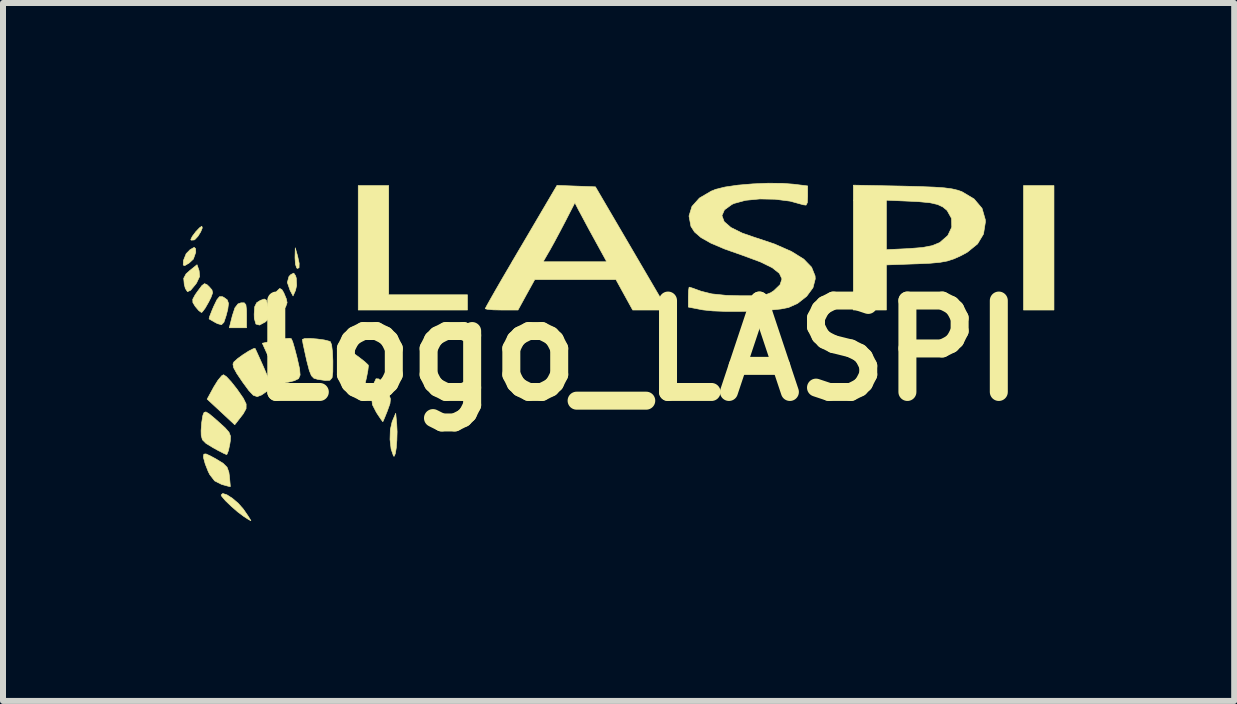
<source format=kicad_pcb>
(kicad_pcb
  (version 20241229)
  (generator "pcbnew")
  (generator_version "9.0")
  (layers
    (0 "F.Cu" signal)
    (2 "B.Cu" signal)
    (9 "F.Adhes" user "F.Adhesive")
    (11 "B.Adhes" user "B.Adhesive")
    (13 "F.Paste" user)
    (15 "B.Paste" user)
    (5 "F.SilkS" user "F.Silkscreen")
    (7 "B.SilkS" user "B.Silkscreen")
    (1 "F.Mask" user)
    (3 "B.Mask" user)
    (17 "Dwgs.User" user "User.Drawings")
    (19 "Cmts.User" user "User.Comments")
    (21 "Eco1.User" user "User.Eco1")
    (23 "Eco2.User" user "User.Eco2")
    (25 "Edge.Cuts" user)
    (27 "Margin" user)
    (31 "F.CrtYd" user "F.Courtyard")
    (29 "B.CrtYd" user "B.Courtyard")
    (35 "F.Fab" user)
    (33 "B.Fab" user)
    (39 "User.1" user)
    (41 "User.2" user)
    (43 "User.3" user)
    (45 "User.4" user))
  (footprint "Logo_LASPI"
    (layer "F.Cu")
    (at 7.58 2.796)
    (property "Reference" "Logo_LASPI" (at 0 0 0) (layer "F.SilkS") (effects (font (size 1.524 1.524) (thickness 0.3))))
    (attr through_hole)
    (fp_poly (pts (xy 6.943 -0.677) (xy 6.435 -0.677) (xy 6.435 -2.752) (xy 6.943 -2.752) (xy 6.943 -0.677)) (stroke (width 0.01) (type solid)) (fill yes) (layer "F.SilkS"))
    (fp_poly (pts (xy -4.149 -0.931) (xy -2.836 -0.931) (xy -2.836 -0.677) (xy -4.657 -0.677) (xy -4.657 -2.752) (xy -4.149 -2.752) (xy -4.149 -0.931)) (stroke (width 0.01) (type solid)) (fill yes) (layer "F.SilkS"))
    (fp_poly (pts (xy -5.667 -1.573) (xy -5.642 -1.455) (xy -5.644 -1.382) (xy -5.671 -1.37) (xy -5.684 -1.38) (xy -5.704 -1.44) (xy -5.711 -1.545) (xy -5.711 -1.563) (xy -5.707 -1.714) (xy -5.667 -1.573)) (stroke (width 0.01) (type solid)) (fill yes) (layer "F.SilkS"))
    (fp_poly (pts (xy -6.53 -0.764) (xy -6.52 -0.677) (xy -6.519 -0.596) (xy -6.519 -0.381) (xy -6.807 -0.381) (xy -6.756 -0.582) (xy -6.713 -0.713) (xy -6.662 -0.779) (xy -6.612 -0.797) (xy -6.557 -0.797) (xy -6.53 -0.764)) (stroke (width 0.01) (type solid)) (fill yes) (layer "F.SilkS"))
    (fp_poly (pts (xy -5.702 -1.248) (xy -5.69 -1.208) (xy -5.684 -1.088) (xy -5.703 -1.004) (xy -5.744 -0.912) (xy -5.793 -1.004) (xy -5.839 -1.137) (xy -5.812 -1.236) (xy -5.78 -1.269) (xy -5.732 -1.292) (xy -5.702 -1.248)) (stroke (width 0.01) (type solid)) (fill yes) (layer "F.SilkS"))
    (fp_poly (pts (xy -7.369 -1.7) (xy -7.366 -1.64) (xy -7.406 -1.526) (xy -7.475 -1.462) (xy -7.55 -1.417) (xy -7.575 -1.427) (xy -7.571 -1.503) (xy -7.57 -1.506) (xy -7.526 -1.616) (xy -7.461 -1.683) (xy -7.392 -1.722) (xy -7.369 -1.7)) (stroke (width 0.01) (type solid)) (fill yes) (layer "F.SilkS"))
    (fp_poly (pts (xy -7.257 -2.046) (xy -7.284 -1.98) (xy -7.33 -1.906) (xy -7.38 -1.853) (xy -7.393 -1.845) (xy -7.443 -1.842) (xy -7.449 -1.853) (xy -7.423 -1.906) (xy -7.366 -1.982) (xy -7.303 -2.048) (xy -7.265 -2.074) (xy -7.257 -2.046)) (stroke (width 0.01) (type solid)) (fill yes) (layer "F.SilkS"))
    (fp_poly (pts (xy -7.31 -1.332) (xy -7.302 -1.236) (xy -7.352 -1.129) (xy -7.371 -1.103) (xy -7.452 -1.006) (xy -7.504 -0.983) (xy -7.539 -1.035) (xy -7.558 -1.106) (xy -7.567 -1.206) (xy -7.528 -1.279) (xy -7.466 -1.335) (xy -7.345 -1.432) (xy -7.31 -1.332)) (stroke (width 0.01) (type solid)) (fill yes) (layer "F.SilkS"))
    (fp_poly (pts (xy -4.015 1.225) (xy -4.009 1.354) (xy -4.013 1.493) (xy -4.023 1.621) (xy -4.039 1.718) (xy -4.058 1.762) (xy -4.069 1.757) (xy -4.109 1.641) (xy -4.127 1.482) (xy -4.122 1.318) (xy -4.092 1.186) (xy -4.032 1.044) (xy -4.015 1.225)) (stroke (width 0.01) (type solid)) (fill yes) (layer "F.SilkS"))
    (fp_poly (pts (xy -6.189 -0.841) (xy -6.167 -0.76) (xy -6.158 -0.71) (xy -6.146 -0.588) (xy -6.167 -0.516) (xy -6.205 -0.479) (xy -6.303 -0.426) (xy -6.363 -0.443) (xy -6.39 -0.536) (xy -6.392 -0.607) (xy -6.384 -0.73) (xy -6.35 -0.799) (xy -6.29 -0.837) (xy -6.224 -0.861) (xy -6.189 -0.841)) (stroke (width 0.01) (type solid)) (fill yes) (layer "F.SilkS"))
    (fp_poly (pts (xy -5.93 -1.017) (xy -5.899 -0.966) (xy -5.857 -0.866) (xy -5.843 -0.8) (xy -5.866 -0.733) (xy -5.919 -0.664) (xy -5.98 -0.618) (xy -6.022 -0.619) (xy -6.024 -0.622) (xy -6.054 -0.723) (xy -6.056 -0.851) (xy -6.031 -0.962) (xy -6.013 -0.992) (xy -5.966 -1.037) (xy -5.93 -1.017)) (stroke (width 0.01) (type solid)) (fill yes) (layer "F.SilkS"))
    (fp_poly (pts (xy -6.855 0.434) (xy -6.776 0.519) (xy -6.681 0.639) (xy -6.669 0.656) (xy -6.573 0.794) (xy -6.526 0.89) (xy -6.527 0.968) (xy -6.574 1.053) (xy -6.638 1.136) (xy -6.716 1.236) (xy -6.946 1.022) (xy -7.176 0.809) (xy -7.065 0.605) (xy -6.995 0.493) (xy -6.933 0.419) (xy -6.903 0.402) (xy -6.855 0.434)) (stroke (width 0.01) (type solid)) (fill yes) (layer "F.SilkS"))
    (fp_poly (pts (xy -6.847 2.404) (xy -6.755 2.463) (xy -6.658 2.546) (xy -6.574 2.641) (xy -6.569 2.648) (xy -6.498 2.751) (xy -6.455 2.82) (xy -6.447 2.836) (xy -6.486 2.816) (xy -6.563 2.766) (xy -6.665 2.69) (xy -6.773 2.596) (xy -6.869 2.504) (xy -6.93 2.433) (xy -6.943 2.407) (xy -6.916 2.382) (xy -6.847 2.404)) (stroke (width 0.01) (type solid)) (fill yes) (layer "F.SilkS"))
    (fp_poly (pts (xy -7.178 -1.099) (xy -7.143 -1.066) (xy -7.096 -1.012) (xy -7.085 -0.963) (xy -7.112 -0.888) (xy -7.151 -0.81) (xy -7.21 -0.707) (xy -7.258 -0.644) (xy -7.272 -0.636) (xy -7.316 -0.668) (xy -7.374 -0.736) (xy -7.414 -0.801) (xy -7.416 -0.857) (xy -7.374 -0.934) (xy -7.334 -0.99) (xy -7.264 -1.084) (xy -7.22 -1.117) (xy -7.178 -1.099)) (stroke (width 0.01) (type solid)) (fill yes) (layer "F.SilkS"))
    (fp_poly (pts (xy -6.923 -0.9) (xy -6.898 -0.888) (xy -6.841 -0.846) (xy -6.82 -0.788) (xy -6.832 -0.69) (xy -6.86 -0.582) (xy -6.897 -0.472) (xy -6.937 -0.432) (xy -7.004 -0.45) (xy -7.048 -0.473) (xy -7.119 -0.514) (xy -7.144 -0.529) (xy -7.135 -0.569) (xy -7.099 -0.661) (xy -7.068 -0.735) (xy -7.012 -0.85) (xy -6.97 -0.9) (xy -6.923 -0.9)) (stroke (width 0.01) (type solid)) (fill yes) (layer "F.SilkS"))
    (fp_poly (pts (xy -4.313 0.472) (xy -4.248 0.551) (xy -4.212 0.61) (xy -4.146 0.727) (xy -4.12 0.806) (xy -4.128 0.884) (xy -4.168 0.995) (xy -4.168 0.997) (xy -4.212 1.106) (xy -4.241 1.174) (xy -4.247 1.185) (xy -4.272 1.153) (xy -4.327 1.072) (xy -4.354 1.031) (xy -4.42 0.903) (xy -4.435 0.78) (xy -4.427 0.704) (xy -4.396 0.545) (xy -4.36 0.469) (xy -4.313 0.472)) (stroke (width 0.01) (type solid)) (fill yes) (layer "F.SilkS"))
    (fp_poly (pts (xy -7.118 1.758) (xy -7.031 1.805) (xy -6.909 1.88) (xy -6.844 1.945) (xy -6.814 2.027) (xy -6.805 2.094) (xy -6.795 2.201) (xy -6.79 2.263) (xy -6.791 2.268) (xy -6.829 2.26) (xy -6.919 2.235) (xy -6.938 2.229) (xy -7.051 2.172) (xy -7.133 2.066) (xy -7.159 2.014) (xy -7.208 1.89) (xy -7.236 1.788) (xy -7.238 1.765) (xy -7.231 1.726) (xy -7.196 1.722) (xy -7.118 1.758)) (stroke (width 0.01) (type solid)) (fill yes) (layer "F.SilkS"))
    (fp_poly (pts (xy -5.772 -0.198) (xy -5.75 -0.147) (xy -5.717 -0.035) (xy -5.678 0.114) (xy -5.673 0.136) (xy -5.635 0.304) (xy -5.626 0.407) (xy -5.652 0.467) (xy -5.721 0.501) (xy -5.822 0.526) (xy -5.884 0.535) (xy -5.931 0.523) (xy -5.974 0.476) (xy -6.027 0.379) (xy -6.101 0.22) (xy -6.103 0.215) (xy -6.256 -0.123) (xy -6.028 -0.174) (xy -5.897 -0.198) (xy -5.803 -0.205) (xy -5.772 -0.198)) (stroke (width 0.01) (type solid)) (fill yes) (layer "F.SilkS"))
    (fp_poly (pts (xy -7.139 1.057) (xy -7.04 1.14) (xy -6.994 1.181) (xy -6.877 1.287) (xy -6.812 1.361) (xy -6.787 1.426) (xy -6.79 1.505) (xy -6.798 1.557) (xy -6.821 1.666) (xy -6.845 1.727) (xy -6.853 1.733) (xy -6.902 1.712) (xy -6.999 1.662) (xy -7.08 1.617) (xy -7.196 1.546) (xy -7.255 1.487) (xy -7.275 1.413) (xy -7.277 1.333) (xy -7.267 1.199) (xy -7.249 1.087) (xy -7.245 1.073) (xy -7.227 1.03) (xy -7.196 1.022) (xy -7.139 1.057)) (stroke (width 0.01) (type solid)) (fill yes) (layer "F.SilkS"))
    (fp_poly (pts (xy -6.356 0.007) (xy -6.31 0.108) (xy -6.247 0.248) (xy -6.227 0.294) (xy -6.16 0.451) (xy -6.125 0.549) (xy -6.118 0.607) (xy -6.138 0.644) (xy -6.166 0.668) (xy -6.268 0.739) (xy -6.341 0.767) (xy -6.406 0.745) (xy -6.48 0.667) (xy -6.583 0.527) (xy -6.682 0.381) (xy -6.734 0.286) (xy -6.746 0.225) (xy -6.73 0.189) (xy -6.669 0.134) (xy -6.578 0.068) (xy -6.482 0.007) (xy -6.406 -0.032) (xy -6.377 -0.037) (xy -6.356 0.007)) (stroke (width 0.01) (type solid)) (fill yes) (layer "F.SilkS"))
    (fp_poly (pts (xy -4.834 -0.019) (xy -4.745 0.038) (xy -4.642 0.112) (xy -4.55 0.184) (xy -4.494 0.236) (xy -4.487 0.249) (xy -4.496 0.329) (xy -4.518 0.445) (xy -4.548 0.572) (xy -4.578 0.682) (xy -4.602 0.749) (xy -4.61 0.758) (xy -4.659 0.736) (xy -4.749 0.684) (xy -4.773 0.67) (xy -4.844 0.623) (xy -4.885 0.574) (xy -4.904 0.501) (xy -4.91 0.38) (xy -4.911 0.271) (xy -4.908 0.121) (xy -4.9 0.009) (xy -4.889 -0.041) (xy -4.887 -0.042) (xy -4.834 -0.019)) (stroke (width 0.01) (type solid)) (fill yes) (layer "F.SilkS"))
    (fp_poly (pts (xy -5.341 -0.194) (xy -5.224 -0.178) (xy -5.138 -0.156) (xy -5.121 -0.148) (xy -5.101 -0.096) (xy -5.087 0.018) (xy -5.08 0.17) (xy -5.08 0.193) (xy -5.081 0.357) (xy -5.093 0.452) (xy -5.13 0.494) (xy -5.206 0.498) (xy -5.335 0.479) (xy -5.337 0.478) (xy -5.396 0.461) (xy -5.438 0.418) (xy -5.473 0.331) (xy -5.512 0.182) (xy -5.518 0.157) (xy -5.552 0.003) (xy -5.578 -0.118) (xy -5.588 -0.183) (xy -5.589 -0.186) (xy -5.551 -0.201) (xy -5.459 -0.203) (xy -5.341 -0.194)) (stroke (width 0.01) (type solid)) (fill yes) (layer "F.SilkS"))
    (fp_poly (pts (xy -1.022 -2.743) (xy -0.702 -2.731) (xy -0.101 -1.704) (xy 0.5 -0.677) (xy -0.081 -0.677) (xy -0.221 -0.931) (xy -0.36 -1.184) (xy -1.714 -1.184) (xy -1.854 -0.931) (xy -1.993 -0.677) (xy -2.266 -0.677) (xy -2.406 -0.68) (xy -2.505 -0.689) (xy -2.54 -0.699) (xy -2.519 -0.74) (xy -2.461 -0.844) (xy -2.371 -1.002) (xy -2.254 -1.205) (xy -2.115 -1.442) (xy -2.092 -1.482) (xy -1.574 -1.482) (xy -0.514 -1.482) (xy -0.717 -1.852) (xy -0.812 -2.025) (xy -0.897 -2.184) (xy -0.961 -2.304) (xy -0.983 -2.344) (xy -1.045 -2.466) (xy -1.205 -2.154) (xy -1.297 -1.979) (xy -1.389 -1.807) (xy -1.463 -1.673) (xy -1.47 -1.662) (xy -1.574 -1.482) (xy -2.092 -1.482) (xy -1.961 -1.705) (xy -1.941 -1.738) (xy -1.343 -2.755) (xy -1.022 -2.743)) (stroke (width 0.01) (type solid)) (fill yes) (layer "F.SilkS"))
    (fp_poly (pts (xy 4.413 -2.743) (xy 4.714 -2.735) (xy 4.944 -2.726) (xy 5.116 -2.714) (xy 5.243 -2.697) (xy 5.34 -2.674) (xy 5.408 -2.65) (xy 5.612 -2.528) (xy 5.744 -2.372) (xy 5.798 -2.184) (xy 5.8 -2.145) (xy 5.768 -1.944) (xy 5.669 -1.779) (xy 5.497 -1.64) (xy 5.394 -1.584) (xy 5.277 -1.531) (xy 5.167 -1.495) (xy 5.043 -1.472) (xy 4.88 -1.457) (xy 4.656 -1.447) (xy 4.649 -1.447) (xy 4.149 -1.429) (xy 4.149 -0.677) (xy 3.598 -0.677) (xy 3.598 -1.683) (xy 4.149 -1.683) (xy 4.522 -1.701) (xy 4.749 -1.719) (xy 4.912 -1.75) (xy 5.032 -1.799) (xy 5.04 -1.803) (xy 5.173 -1.919) (xy 5.239 -2.059) (xy 5.235 -2.205) (xy 5.161 -2.337) (xy 5.091 -2.395) (xy 5.002 -2.437) (xy 4.872 -2.466) (xy 4.684 -2.484) (xy 4.561 -2.49) (xy 4.149 -2.508) (xy 4.149 -1.683) (xy 3.598 -1.683) (xy 3.598 -2.759) (xy 4.413 -2.743)) (stroke (width 0.01) (type solid)) (fill yes) (layer "F.SilkS"))
    (fp_poly (pts (xy 2.417 -2.789) (xy 2.6 -2.775) (xy 2.836 -2.746) (xy 2.836 -2.575) (xy 2.831 -2.467) (xy 2.809 -2.426) (xy 2.762 -2.432) (xy 2.545 -2.492) (xy 2.295 -2.524) (xy 2.037 -2.529) (xy 1.8 -2.506) (xy 1.609 -2.454) (xy 1.573 -2.437) (xy 1.449 -2.347) (xy 1.407 -2.251) (xy 1.444 -2.151) (xy 1.557 -2.053) (xy 1.744 -1.96) (xy 1.917 -1.9) (xy 2.282 -1.778) (xy 2.566 -1.653) (xy 2.772 -1.525) (xy 2.902 -1.39) (xy 2.96 -1.246) (xy 2.963 -1.196) (xy 2.925 -1.049) (xy 2.82 -0.906) (xy 2.668 -0.787) (xy 2.517 -0.719) (xy 2.387 -0.694) (xy 2.195 -0.674) (xy 1.963 -0.66) (xy 1.714 -0.654) (xy 1.471 -0.654) (xy 1.256 -0.662) (xy 1.091 -0.679) (xy 1.069 -0.683) (xy 0.847 -0.726) (xy 0.847 -0.892) (xy 0.85 -0.997) (xy 0.859 -1.055) (xy 0.863 -1.058) (xy 0.908 -1.045) (xy 1.005 -1.01) (xy 1.064 -0.989) (xy 1.237 -0.946) (xy 1.481 -0.921) (xy 1.701 -0.915) (xy 1.909 -0.915) (xy 2.052 -0.921) (xy 2.149 -0.937) (xy 2.22 -0.965) (xy 2.272 -0.999) (xy 2.376 -1.099) (xy 2.408 -1.195) (xy 2.365 -1.288) (xy 2.245 -1.383) (xy 2.046 -1.48) (xy 1.765 -1.584) (xy 1.757 -1.587) (xy 1.453 -1.694) (xy 1.223 -1.792) (xy 1.058 -1.885) (xy 0.95 -1.978) (xy 0.89 -2.072) (xy 0.858 -2.244) (xy 0.907 -2.404) (xy 1.032 -2.544) (xy 1.228 -2.659) (xy 1.305 -2.69) (xy 1.459 -2.728) (xy 1.672 -2.759) (xy 1.919 -2.78) (xy 2.176 -2.791) (xy 2.417 -2.789)) (stroke (width 0.01) (type solid)) (fill yes) (layer "F.SilkS")))
  (gr_rect
    (start -3 -3)
    (end 17.528 8.637)
    (stroke (width 0.1) (type default))
    (fill no)
    (layer "Edge.Cuts")))
</source>
